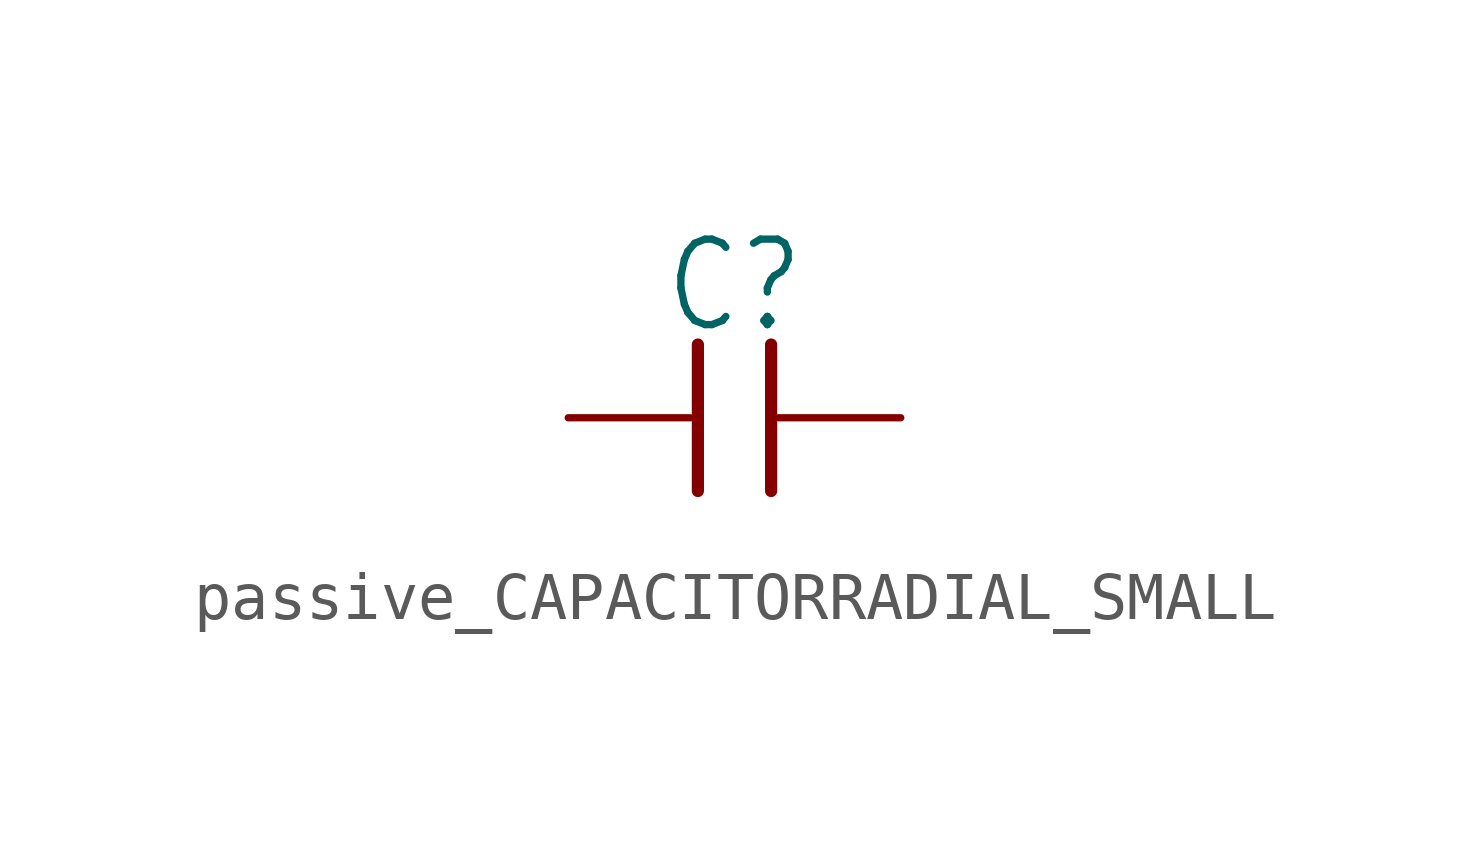
<source format=kicad_sym>
(kicad_symbol_lib
  (version 20241209)
  (generator "kicad_symbol_editor")
  (generator_version "9.0")
  (symbol "passive_CAPACITORRADIAL_SMALL"
    (property "Reference" "C"
      (at 0 1.714 0)
      (effects (font (size 1.778 1.511)) (justify bottom)))
    (property "Value" ""
      (at 0 -1.714 0)
      (effects (font (size 1.778 1.511)) (justify top)))
    (property "ki_locked" ""
      (at 0 0 0)
      (effects (font (size 1.27 1.27))))
    (symbol "passive_CAPACITORRADIAL_SMALL_1_0"
      (polyline (pts (xy -0.762 1.524) (xy -0.762 -1.524)) (stroke (width 0.254) (type solid)) (fill (type none)))
      (polyline (pts (xy 0.762 -1.524) (xy 0.762 1.524)) (stroke (width 0.254) (type solid)) (fill (type none)))
      (pin bidirectional line (at -3.46 0 0) (length 2.54) (name "P$1" (effects (font (size 0 0)))) (number "1" (effects (font (size 0 0)))))
      (pin bidirectional line (at 3.46 0 180) (length 2.54) (name "P$2" (effects (font (size 0 0)))) (number "2" (effects (font (size 0 0))))))))
</source>
